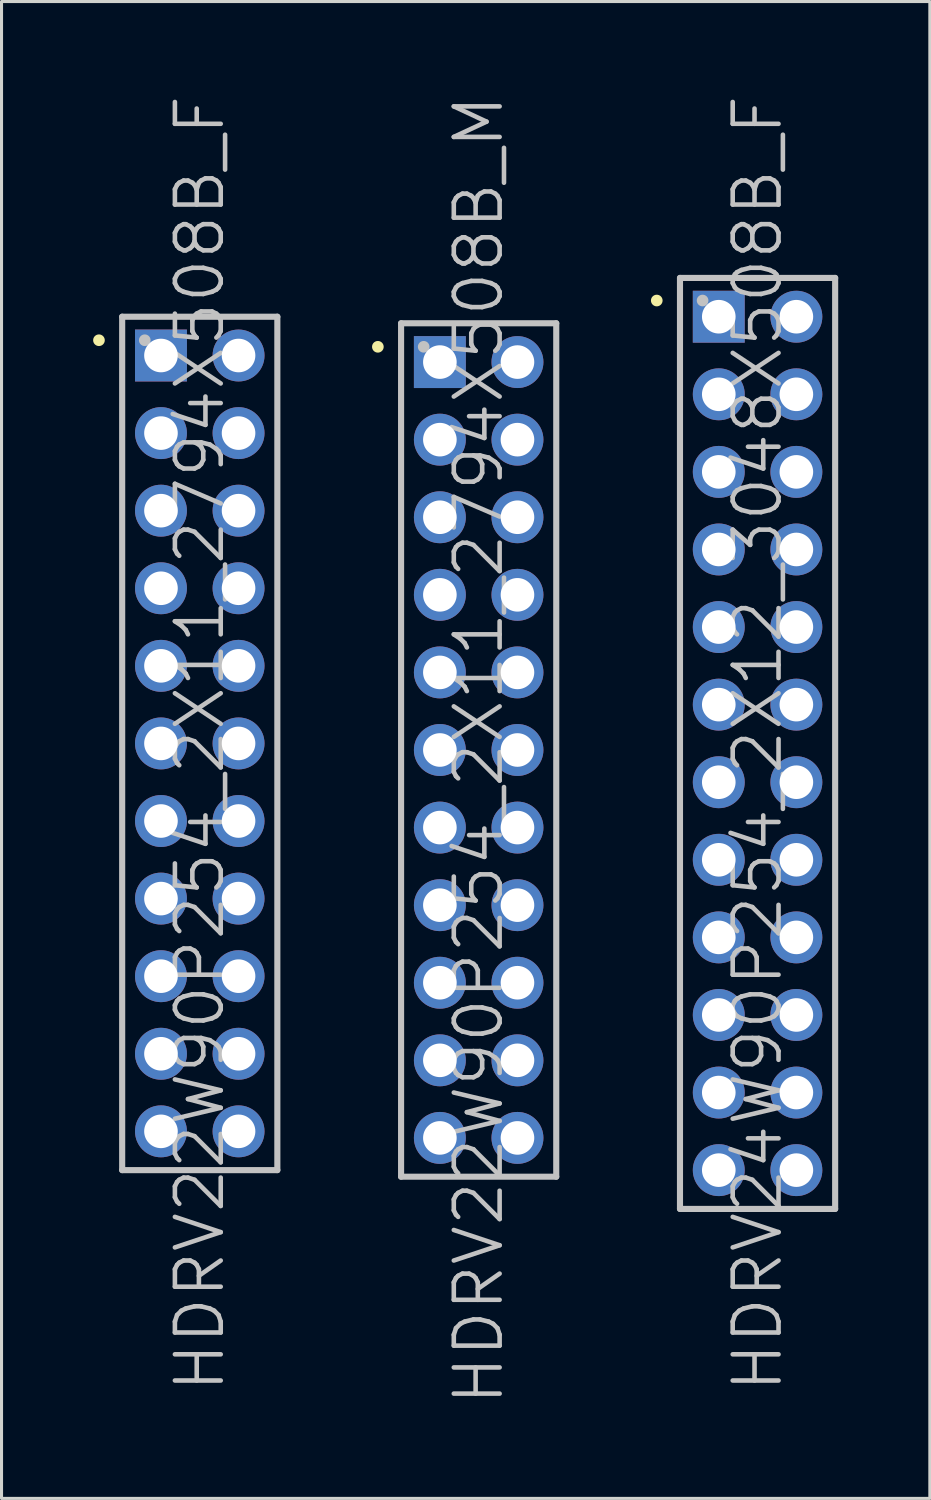
<source format=kicad_pcb>
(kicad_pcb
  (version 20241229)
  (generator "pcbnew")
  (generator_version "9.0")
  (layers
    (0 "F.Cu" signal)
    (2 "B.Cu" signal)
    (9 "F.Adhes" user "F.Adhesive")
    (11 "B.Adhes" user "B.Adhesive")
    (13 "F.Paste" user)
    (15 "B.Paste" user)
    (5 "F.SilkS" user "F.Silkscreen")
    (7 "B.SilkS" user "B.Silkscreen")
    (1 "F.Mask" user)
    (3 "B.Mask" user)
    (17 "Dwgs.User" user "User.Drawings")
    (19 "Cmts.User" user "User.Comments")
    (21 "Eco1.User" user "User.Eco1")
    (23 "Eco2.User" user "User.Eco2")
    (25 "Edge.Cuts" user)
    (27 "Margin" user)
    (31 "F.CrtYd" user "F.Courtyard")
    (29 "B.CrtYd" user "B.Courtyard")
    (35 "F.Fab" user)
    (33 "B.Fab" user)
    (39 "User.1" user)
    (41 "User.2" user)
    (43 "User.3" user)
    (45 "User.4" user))
  (footprint "HDRV22W90P254_2X11_2794X508B_F"
    (layer "F.Cu")
    (at 3.49 21.289)
    (property "Reference" "HDRV22W90P254_2X11_2794X508B_F" (at 0 0 90) (layer "Dwgs.User") (effects (font (size 1.5 1.5) (thickness 0.15))))
    (attr through_hole)
    (fp_line (start -3.3 -13.2) (end -3.3 -13.2) (stroke (width 0.381) (type solid)) (layer "F.SilkS"))
    (fp_line (start -2.54 -13.97) (end -2.54 13.97) (stroke (width 0.2) (type solid)) (layer "Dwgs.User"))
    (fp_line (start -2.54 -13.97) (end 2.54 -13.97) (stroke (width 0.2) (type solid)) (layer "Dwgs.User"))
    (fp_line (start -2.54 13.97) (end 2.54 13.97) (stroke (width 0.2) (type solid)) (layer "Dwgs.User"))
    (fp_line (start -1.8 -13.2) (end -1.8 -13.2) (stroke (width 0.381) (type solid)) (layer "Dwgs.User"))
    (fp_line (start 2.54 -13.97) (end 2.54 13.97) (stroke (width 0.2) (type solid)) (layer "Dwgs.User"))
    (pad "1" thru_hole rect (at -1.27 -12.7) (size 1.7 1.7) (drill 1.1) (layers "*.Cu" "*.Mask"))
    (pad "2" thru_hole circle (at 1.27 -12.7 270) (size 1.7 1.7) (drill 1.1) (layers "*.Cu" "*.Mask"))
    (pad "3" thru_hole circle (at -1.27 -10.16 270) (size 1.7 1.7) (drill 1.1) (layers "*.Cu" "*.Mask"))
    (pad "4" thru_hole circle (at 1.27 -10.16 270) (size 1.7 1.7) (drill 1.1) (layers "*.Cu" "*.Mask"))
    (pad "5" thru_hole circle (at -1.27 -7.62 270) (size 1.7 1.7) (drill 1.1) (layers "*.Cu" "*.Mask"))
    (pad "6" thru_hole circle (at 1.27 -7.62 270) (size 1.7 1.7) (drill 1.1) (layers "*.Cu" "*.Mask"))
    (pad "7" thru_hole circle (at -1.27 -5.08 270) (size 1.7 1.7) (drill 1.1) (layers "*.Cu" "*.Mask"))
    (pad "8" thru_hole circle (at 1.27 -5.08 270) (size 1.7 1.7) (drill 1.1) (layers "*.Cu" "*.Mask"))
    (pad "9" thru_hole circle (at -1.27 -2.54 270) (size 1.7 1.7) (drill 1.1) (layers "*.Cu" "*.Mask"))
    (pad "10" thru_hole circle (at 1.27 -2.54 270) (size 1.7 1.7) (drill 1.1) (layers "*.Cu" "*.Mask"))
    (pad "11" thru_hole circle (at -1.27 0 270) (size 1.7 1.7) (drill 1.1) (layers "*.Cu" "*.Mask"))
    (pad "12" thru_hole circle (at 1.27 0 270) (size 1.7 1.7) (drill 1.1) (layers "*.Cu" "*.Mask"))
    (pad "13" thru_hole circle (at -1.27 2.54 270) (size 1.7 1.7) (drill 1.1) (layers "*.Cu" "*.Mask"))
    (pad "14" thru_hole circle (at 1.27 2.54 270) (size 1.7 1.7) (drill 1.1) (layers "*.Cu" "*.Mask"))
    (pad "15" thru_hole circle (at -1.27 5.08 270) (size 1.7 1.7) (drill 1.1) (layers "*.Cu" "*.Mask"))
    (pad "16" thru_hole circle (at 1.27 5.08 270) (size 1.7 1.7) (drill 1.1) (layers "*.Cu" "*.Mask"))
    (pad "17" thru_hole circle (at -1.27 7.62 270) (size 1.7 1.7) (drill 1.1) (layers "*.Cu" "*.Mask"))
    (pad "18" thru_hole circle (at 1.27 7.62 270) (size 1.7 1.7) (drill 1.1) (layers "*.Cu" "*.Mask"))
    (pad "19" thru_hole circle (at -1.27 10.16 270) (size 1.7 1.7) (drill 1.1) (layers "*.Cu" "*.Mask"))
    (pad "20" thru_hole circle (at 1.27 10.16 270) (size 1.7 1.7) (drill 1.1) (layers "*.Cu" "*.Mask"))
    (pad "21" thru_hole circle (at -1.27 12.7 270) (size 1.7 1.7) (drill 1.1) (layers "*.Cu" "*.Mask"))
    (pad "22" thru_hole circle (at 1.27 12.7 270) (size 1.7 1.7) (drill 1.1) (layers "*.Cu" "*.Mask")))
  (footprint "HDRV24W90P254_2X12_3048X508B_F"
    (layer "F.Cu")
    (at 21.752 21.289)
    (property "Reference" "HDRV24W90P254_2X12_3048X508B_F" (at 0 0 90) (layer "Dwgs.User") (effects (font (size 1.5 1.5) (thickness 0.15))))
    (attr through_hole)
    (fp_line (start -3.3 -14.5) (end -3.3 -14.5) (stroke (width 0.381) (type solid)) (layer "F.SilkS"))
    (fp_line (start -2.54 -15.24) (end -2.54 15.24) (stroke (width 0.2) (type solid)) (layer "Dwgs.User"))
    (fp_line (start -2.54 -15.24) (end 2.54 -15.24) (stroke (width 0.2) (type solid)) (layer "Dwgs.User"))
    (fp_line (start -2.54 15.24) (end 2.54 15.24) (stroke (width 0.2) (type solid)) (layer "Dwgs.User"))
    (fp_line (start -1.8 -14.5) (end -1.8 -14.5) (stroke (width 0.381) (type solid)) (layer "Dwgs.User"))
    (fp_line (start 2.54 -15.24) (end 2.54 15.24) (stroke (width 0.2) (type solid)) (layer "Dwgs.User"))
    (pad "1" thru_hole rect (at -1.27 -13.97) (size 1.7 1.7) (drill 1.1) (layers "*.Cu" "*.Mask"))
    (pad "2" thru_hole circle (at 1.27 -13.97 270) (size 1.7 1.7) (drill 1.1) (layers "*.Cu" "*.Mask"))
    (pad "3" thru_hole circle (at -1.27 -11.43 270) (size 1.7 1.7) (drill 1.1) (layers "*.Cu" "*.Mask"))
    (pad "4" thru_hole circle (at 1.27 -11.43 270) (size 1.7 1.7) (drill 1.1) (layers "*.Cu" "*.Mask"))
    (pad "5" thru_hole circle (at -1.27 -8.89 270) (size 1.7 1.7) (drill 1.1) (layers "*.Cu" "*.Mask"))
    (pad "6" thru_hole circle (at 1.27 -8.89 270) (size 1.7 1.7) (drill 1.1) (layers "*.Cu" "*.Mask"))
    (pad "7" thru_hole circle (at -1.27 -6.35 270) (size 1.7 1.7) (drill 1.1) (layers "*.Cu" "*.Mask"))
    (pad "8" thru_hole circle (at 1.27 -6.35 270) (size 1.7 1.7) (drill 1.1) (layers "*.Cu" "*.Mask"))
    (pad "9" thru_hole circle (at -1.27 -3.81 270) (size 1.7 1.7) (drill 1.1) (layers "*.Cu" "*.Mask"))
    (pad "10" thru_hole circle (at 1.27 -3.81 270) (size 1.7 1.7) (drill 1.1) (layers "*.Cu" "*.Mask"))
    (pad "11" thru_hole circle (at -1.27 -1.27 270) (size 1.7 1.7) (drill 1.1) (layers "*.Cu" "*.Mask"))
    (pad "12" thru_hole circle (at 1.27 -1.27 270) (size 1.7 1.7) (drill 1.1) (layers "*.Cu" "*.Mask"))
    (pad "13" thru_hole circle (at -1.27 1.27 270) (size 1.7 1.7) (drill 1.1) (layers "*.Cu" "*.Mask"))
    (pad "14" thru_hole circle (at 1.27 1.27 270) (size 1.7 1.7) (drill 1.1) (layers "*.Cu" "*.Mask"))
    (pad "15" thru_hole circle (at -1.27 3.81 270) (size 1.7 1.7) (drill 1.1) (layers "*.Cu" "*.Mask"))
    (pad "16" thru_hole circle (at 1.27 3.81 270) (size 1.7 1.7) (drill 1.1) (layers "*.Cu" "*.Mask"))
    (pad "17" thru_hole circle (at -1.27 6.35 270) (size 1.7 1.7) (drill 1.1) (layers "*.Cu" "*.Mask"))
    (pad "18" thru_hole circle (at 1.27 6.35 270) (size 1.7 1.7) (drill 1.1) (layers "*.Cu" "*.Mask"))
    (pad "19" thru_hole circle (at -1.27 8.89 270) (size 1.7 1.7) (drill 1.1) (layers "*.Cu" "*.Mask"))
    (pad "20" thru_hole circle (at 1.27 8.89 270) (size 1.7 1.7) (drill 1.1) (layers "*.Cu" "*.Mask"))
    (pad "21" thru_hole circle (at -1.27 11.43 270) (size 1.7 1.7) (drill 1.1) (layers "*.Cu" "*.Mask"))
    (pad "22" thru_hole circle (at 1.27 11.43 270) (size 1.7 1.7) (drill 1.1) (layers "*.Cu" "*.Mask"))
    (pad "23" thru_hole circle (at -1.27 13.97 270) (size 1.7 1.7) (drill 1.1) (layers "*.Cu" "*.Mask"))
    (pad "24" thru_hole circle (at 1.27 13.97 270) (size 1.7 1.7) (drill 1.1) (layers "*.Cu" "*.Mask")))
  (footprint "HDRV22W90P254_2X11_2794X508B_M"
    (layer "F.Cu")
    (at 12.621 21.504)
    (property "Reference" "HDRV22W90P254_2X11_2794X508B_M" (at 0 0 90) (layer "Dwgs.User") (effects (font (size 1.5 1.5) (thickness 0.15))))
    (attr through_hole)
    (fp_line (start -3.3 -13.2) (end -3.3 -13.2) (stroke (width 0.381) (type solid)) (layer "F.SilkS"))
    (fp_line (start -2.54 -13.97) (end -2.54 13.97) (stroke (width 0.2) (type solid)) (layer "Dwgs.User"))
    (fp_line (start -2.54 -13.97) (end 2.54 -13.97) (stroke (width 0.2) (type solid)) (layer "Dwgs.User"))
    (fp_line (start -2.54 13.97) (end 2.54 13.97) (stroke (width 0.2) (type solid)) (layer "Dwgs.User"))
    (fp_line (start -1.8 -13.2) (end -1.8 -13.2) (stroke (width 0.381) (type solid)) (layer "Dwgs.User"))
    (fp_line (start 2.54 -13.97) (end 2.54 13.97) (stroke (width 0.2) (type solid)) (layer "Dwgs.User"))
    (pad "1" thru_hole rect (at -1.27 -12.7) (size 1.7 1.7) (drill 1.1) (layers "*.Cu" "*.Mask"))
    (pad "2" thru_hole circle (at 1.27 -12.7 270) (size 1.7 1.7) (drill 1.1) (layers "*.Cu" "*.Mask"))
    (pad "3" thru_hole circle (at -1.27 -10.16 270) (size 1.7 1.7) (drill 1.1) (layers "*.Cu" "*.Mask"))
    (pad "4" thru_hole circle (at 1.27 -10.16 270) (size 1.7 1.7) (drill 1.1) (layers "*.Cu" "*.Mask"))
    (pad "5" thru_hole circle (at -1.27 -7.62 270) (size 1.7 1.7) (drill 1.1) (layers "*.Cu" "*.Mask"))
    (pad "6" thru_hole circle (at 1.27 -7.62 270) (size 1.7 1.7) (drill 1.1) (layers "*.Cu" "*.Mask"))
    (pad "7" thru_hole circle (at -1.27 -5.08 270) (size 1.7 1.7) (drill 1.1) (layers "*.Cu" "*.Mask"))
    (pad "8" thru_hole circle (at 1.27 -5.08 270) (size 1.7 1.7) (drill 1.1) (layers "*.Cu" "*.Mask"))
    (pad "9" thru_hole circle (at -1.27 -2.54 270) (size 1.7 1.7) (drill 1.1) (layers "*.Cu" "*.Mask"))
    (pad "10" thru_hole circle (at 1.27 -2.54 270) (size 1.7 1.7) (drill 1.1) (layers "*.Cu" "*.Mask"))
    (pad "11" thru_hole circle (at -1.27 0 270) (size 1.7 1.7) (drill 1.1) (layers "*.Cu" "*.Mask"))
    (pad "12" thru_hole circle (at 1.27 0 270) (size 1.7 1.7) (drill 1.1) (layers "*.Cu" "*.Mask"))
    (pad "13" thru_hole circle (at -1.27 2.54 270) (size 1.7 1.7) (drill 1.1) (layers "*.Cu" "*.Mask"))
    (pad "14" thru_hole circle (at 1.27 2.54 270) (size 1.7 1.7) (drill 1.1) (layers "*.Cu" "*.Mask"))
    (pad "15" thru_hole circle (at -1.27 5.08 270) (size 1.7 1.7) (drill 1.1) (layers "*.Cu" "*.Mask"))
    (pad "16" thru_hole circle (at 1.27 5.08 270) (size 1.7 1.7) (drill 1.1) (layers "*.Cu" "*.Mask"))
    (pad "17" thru_hole circle (at -1.27 7.62 270) (size 1.7 1.7) (drill 1.1) (layers "*.Cu" "*.Mask"))
    (pad "18" thru_hole circle (at 1.27 7.62 270) (size 1.7 1.7) (drill 1.1) (layers "*.Cu" "*.Mask"))
    (pad "19" thru_hole circle (at -1.27 10.16 270) (size 1.7 1.7) (drill 1.1) (layers "*.Cu" "*.Mask"))
    (pad "20" thru_hole circle (at 1.27 10.16 270) (size 1.7 1.7) (drill 1.1) (layers "*.Cu" "*.Mask"))
    (pad "21" thru_hole circle (at -1.27 12.7 270) (size 1.7 1.7) (drill 1.1) (layers "*.Cu" "*.Mask"))
    (pad "22" thru_hole circle (at 1.27 12.7 270) (size 1.7 1.7) (drill 1.1) (layers "*.Cu" "*.Mask")))
  (gr_rect
    (start -3 -3)
    (end 27.392 46.007)
    (stroke (width 0.1) (type default))
    (fill no)
    (layer "Edge.Cuts")))
</source>
